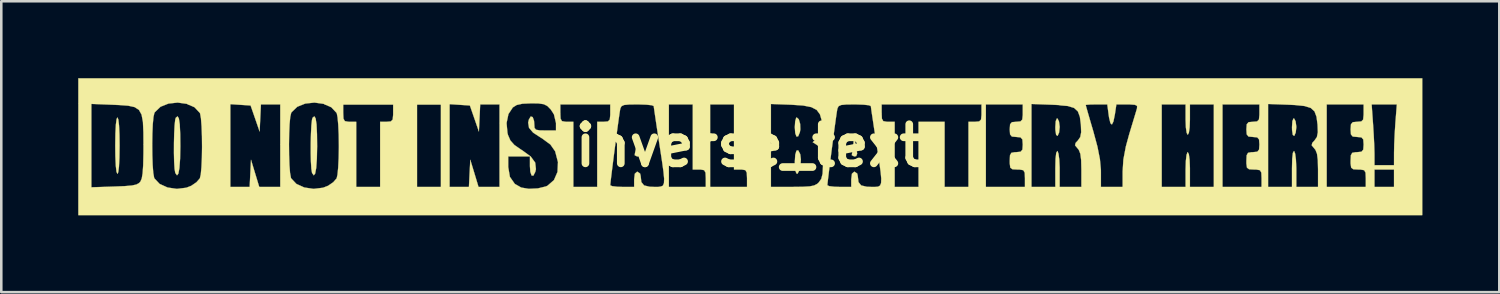
<source format=kicad_pcb>
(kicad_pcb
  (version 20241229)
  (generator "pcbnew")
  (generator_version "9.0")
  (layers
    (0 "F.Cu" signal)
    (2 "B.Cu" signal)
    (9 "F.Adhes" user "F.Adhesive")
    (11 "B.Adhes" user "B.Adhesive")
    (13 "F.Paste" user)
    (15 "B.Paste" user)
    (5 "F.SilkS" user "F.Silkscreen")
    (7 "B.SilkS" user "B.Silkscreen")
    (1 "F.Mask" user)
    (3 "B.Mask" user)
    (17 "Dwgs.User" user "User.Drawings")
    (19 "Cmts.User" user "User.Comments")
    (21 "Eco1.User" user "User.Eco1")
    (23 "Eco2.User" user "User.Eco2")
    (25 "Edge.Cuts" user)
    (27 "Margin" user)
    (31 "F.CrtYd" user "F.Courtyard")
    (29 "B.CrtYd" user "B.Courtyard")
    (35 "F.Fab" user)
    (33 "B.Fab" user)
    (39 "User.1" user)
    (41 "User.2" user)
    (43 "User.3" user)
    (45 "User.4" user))
  (footprint "inverse_text"
    (layer "F.Cu")
    (at 26.167 2.63)
    (property "Reference" "inverse_text" (at 0 0 0) (layer "F.SilkS") (effects (font (size 1.524 1.524) (thickness 0.3))))
    (attr through_hole)
    (fp_poly (pts (xy -4.362 -0.221) (xy -4.316 -0.06) (xy -4.283 0.106) (xy -4.258 0.316) (xy -4.292 0.407) (xy -4.366 0.423) (xy -4.465 0.374) (xy -4.454 0.289) (xy -4.414 0.101) (xy -4.403 -0.063) (xy -4.392 -0.223) (xy -4.362 -0.221)) (stroke (width 0.01) (type solid)) (fill yes) (layer "F.SilkS"))
    (fp_poly (pts (xy 1.934 -1.027) (xy 1.986 -0.85) (xy 1.994 -0.634) (xy 1.977 -0.527) (xy 1.909 -0.364) (xy 1.843 -0.356) (xy 1.795 -0.488) (xy 1.778 -0.72) (xy 1.793 -0.947) (xy 1.831 -1.083) (xy 1.853 -1.101) (xy 1.934 -1.027)) (stroke (width 0.01) (type solid)) (fill yes) (layer "F.SilkS"))
    (fp_poly (pts (xy 4.105 -0.221) (xy 4.151 -0.06) (xy 4.184 0.106) (xy 4.209 0.316) (xy 4.174 0.407) (xy 4.101 0.423) (xy 4.002 0.374) (xy 4.013 0.289) (xy 4.053 0.101) (xy 4.064 -0.063) (xy 4.075 -0.223) (xy 4.105 -0.221)) (stroke (width 0.01) (type solid)) (fill yes) (layer "F.SilkS"))
    (fp_poly (pts (xy 12.023 -1.058) (xy 12.08 -0.946) (xy 12.107 -0.741) (xy 12.107 -0.72) (xy 12.085 -0.511) (xy 12.029 -0.386) (xy 12.023 -0.381) (xy 11.969 -0.421) (xy 11.941 -0.606) (xy 11.938 -0.72) (xy 11.954 -0.957) (xy 11.998 -1.061) (xy 12.023 -1.058)) (stroke (width 0.01) (type solid)) (fill yes) (layer "F.SilkS"))
    (fp_poly (pts (xy 21.251 -1.058) (xy 21.309 -0.946) (xy 21.336 -0.741) (xy 21.336 -0.72) (xy 21.313 -0.511) (xy 21.258 -0.386) (xy 21.251 -0.381) (xy 21.198 -0.421) (xy 21.17 -0.606) (xy 21.167 -0.72) (xy 21.183 -0.957) (xy 21.226 -1.061) (xy 21.251 -1.058)) (stroke (width 0.01) (type solid)) (fill yes) (layer "F.SilkS"))
    (fp_poly (pts (xy 1.984 0.321) (xy 1.992 0.346) (xy 2.016 0.537) (xy 1.999 0.767) (xy 1.952 0.972) (xy 1.885 1.091) (xy 1.859 1.101) (xy 1.815 1.024) (xy 1.785 0.827) (xy 1.778 0.635) (xy 1.796 0.352) (xy 1.843 0.196) (xy 1.909 0.181) (xy 1.984 0.321)) (stroke (width 0.01) (type solid)) (fill yes) (layer "F.SilkS"))
    (fp_poly (pts (xy -24.602 -1.019) (xy -24.575 -0.786) (xy -24.558 -0.418) (xy -24.553 0) (xy -24.56 0.471) (xy -24.578 0.822) (xy -24.606 1.038) (xy -24.638 1.101) (xy -24.674 1.019) (xy -24.701 0.786) (xy -24.718 0.418) (xy -24.723 0) (xy -24.716 -0.471) (xy -24.698 -0.822) (xy -24.67 -1.038) (xy -24.638 -1.101) (xy -24.602 -1.019)) (stroke (width 0.01) (type solid)) (fill yes) (layer "F.SilkS"))
    (fp_poly (pts (xy -22.242 -1.062) (xy -22.207 -0.833) (xy -22.189 -0.449) (xy -22.184 0.028) (xy -22.194 0.515) (xy -22.22 0.872) (xy -22.261 1.09) (xy -22.314 1.158) (xy -22.379 1.068) (xy -22.383 1.059) (xy -22.409 0.904) (xy -22.426 0.63) (xy -22.434 0.282) (xy -22.433 -0.1) (xy -22.424 -0.471) (xy -22.408 -0.789) (xy -22.384 -1.011) (xy -22.362 -1.087) (xy -22.293 -1.144) (xy -22.242 -1.062)) (stroke (width 0.01) (type solid)) (fill yes) (layer "F.SilkS"))
    (fp_poly (pts (xy -16.908 -1.062) (xy -16.873 -0.833) (xy -16.855 -0.449) (xy -16.85 0.028) (xy -16.86 0.515) (xy -16.886 0.872) (xy -16.927 1.09) (xy -16.98 1.158) (xy -17.045 1.068) (xy -17.049 1.059) (xy -17.075 0.904) (xy -17.092 0.63) (xy -17.1 0.282) (xy -17.099 -0.1) (xy -17.09 -0.471) (xy -17.074 -0.789) (xy -17.05 -1.011) (xy -17.028 -1.087) (xy -16.959 -1.144) (xy -16.908 -1.062)) (stroke (width 0.01) (type solid)) (fill yes) (layer "F.SilkS"))
    (fp_poly (pts (xy 26.247 2.709) (xy -26.162 2.709) (xy -26.162 1.624) (xy -25.654 1.624) (xy -24.758 1.595) (xy -24.347 1.578) (xy -24.072 1.554) (xy -23.898 1.516) (xy -23.793 1.458) (xy -23.742 1.402) (xy -23.69 1.283) (xy -23.655 1.076) (xy -23.633 0.758) (xy -23.623 0.305) (xy -23.622 0.036) (xy -23.622 -0.052) (xy -23.281 -0.052) (xy -23.277 0.369) (xy -23.264 0.753) (xy -23.24 1.061) (xy -23.206 1.25) (xy -23.197 1.274) (xy -22.992 1.492) (xy -22.683 1.632) (xy -22.319 1.686) (xy -21.954 1.641) (xy -21.869 1.609) (xy -20.235 1.609) (xy -19.481 1.609) (xy -19.455 1.079) (xy -19.429 0.55) (xy -19.268 1.079) (xy -19.107 1.609) (xy -18.288 1.609) (xy -18.288 -0.052) (xy -17.947 -0.052) (xy -17.943 0.369) (xy -17.93 0.753) (xy -17.906 1.061) (xy -17.872 1.25) (xy -17.863 1.274) (xy -17.658 1.492) (xy -17.349 1.632) (xy -16.985 1.686) (xy -16.62 1.641) (xy -16.424 1.565) (xy -16.221 1.426) (xy -16.089 1.275) (xy -16.056 1.131) (xy -16.029 0.857) (xy -16.01 0.488) (xy -16.002 0.063) (xy -16.002 0) (xy -16.008 -0.43) (xy -16.026 -0.809) (xy -16.052 -1.1) (xy -16.084 -1.264) (xy -16.089 -1.275) (xy -16.296 -1.496) (xy -16.549 -1.609) (xy -15.833 -1.609) (xy -15.833 -1.27) (xy -15.823 -1.053) (xy -15.768 -0.956) (xy -15.633 -0.932) (xy -15.579 -0.931) (xy -15.325 -0.931) (xy -15.325 1.609) (xy -14.393 1.609) (xy -14.393 -0.931) (xy -14.139 -0.931) (xy -13.976 -0.945) (xy -13.904 -1.017) (xy -13.886 -1.197) (xy -13.885 -1.27) (xy -13.885 -1.609) (xy -12.954 -1.609) (xy -12.954 1.609) (xy -12.023 1.609) (xy -11.684 1.609) (xy -10.93 1.609) (xy -10.904 1.079) (xy -10.877 0.55) (xy -10.716 1.079) (xy -10.556 1.609) (xy -9.737 1.609) (xy -9.737 -0.882) (xy -9.462 -0.882) (xy -9.427 -0.495) (xy -9.407 -0.418) (xy -9.314 -0.203) (xy -9.159 -0.028) (xy -8.896 0.155) (xy -8.85 0.183) (xy -8.52 0.423) (xy -8.346 0.661) (xy -8.317 0.916) (xy -8.342 1.023) (xy -8.417 1.17) (xy -8.487 1.163) (xy -8.536 1.019) (xy -8.551 0.804) (xy -8.551 0.423) (xy -9.398 0.423) (xy -9.398 0.832) (xy -9.333 1.216) (xy -9.14 1.492) (xy -8.89 1.634) (xy -8.595 1.684) (xy -8.242 1.667) (xy -7.927 1.59) (xy -7.866 1.562) (xy -7.615 1.344) (xy -7.476 1.026) (xy -7.458 0.641) (xy -7.567 0.223) (xy -7.569 0.219) (xy -7.752 -0.043) (xy -8.08 -0.285) (xy -8.12 -0.308) (xy -8.427 -0.508) (xy -8.587 -0.696) (xy -8.62 -0.899) (xy -8.593 -1.017) (xy -8.52 -1.138) (xy -8.443 -1.114) (xy -8.391 -0.967) (xy -8.382 -0.842) (xy -8.372 -0.694) (xy -8.314 -0.621) (xy -8.164 -0.595) (xy -7.959 -0.593) (xy -7.535 -0.593) (xy -7.535 -0.884) (xy -7.616 -1.224) (xy -7.74 -1.413) (xy -7.869 -1.544) (xy -7.995 -1.609) (xy -7.366 -1.609) (xy -7.366 -1.27) (xy -7.356 -1.053) (xy -7.302 -0.956) (xy -7.167 -0.932) (xy -7.112 -0.931) (xy -6.858 -0.931) (xy -6.858 1.609) (xy -5.927 1.609) (xy -5.927 1.545) (xy -5.419 1.545) (xy -5.342 1.58) (xy -5.145 1.603) (xy -4.953 1.609) (xy -4.487 1.609) (xy -4.487 1.312) (xy -4.46 1.093) (xy -4.372 1.017) (xy -4.36 1.016) (xy -4.256 1.086) (xy -4.233 1.178) (xy -4.206 1.419) (xy -4.1 1.551) (xy -3.882 1.603) (xy -3.716 1.609) (xy -3.558 1.61) (xy -3.442 1.6) (xy -3.364 1.557) (xy -3.324 1.46) (xy -3.317 1.289) (xy -3.342 1.021) (xy -3.396 0.636) (xy -3.476 0.112) (xy -3.513 -0.127) (xy -3.584 -0.588) (xy -3.644 -0.989) (xy -3.69 -1.302) (xy -3.718 -1.496) (xy -3.724 -1.545) (xy -3.802 -1.576) (xy -4.009 -1.598) (xy -4.301 -1.608) (xy -4.359 -1.609) (xy -3.133 -1.609) (xy -3.133 1.609) (xy -1.693 1.609) (xy -1.693 1.27) (xy -1.703 1.053) (xy -1.758 0.956) (xy -1.893 0.932) (xy -1.947 0.931) (xy -2.201 0.931) (xy -2.201 -1.609) (xy -1.524 -1.609) (xy -1.524 1.609) (xy -0.085 1.609) (xy 0.847 1.609) (xy 1.693 1.609) (xy 2.093 1.604) (xy 2.361 1.588) (xy 2.534 1.552) (xy 2.547 1.545) (xy 3.048 1.545) (xy 3.125 1.58) (xy 3.322 1.603) (xy 3.514 1.609) (xy 3.979 1.609) (xy 3.979 1.312) (xy 4.007 1.093) (xy 4.095 1.017) (xy 4.106 1.016) (xy 4.211 1.086) (xy 4.233 1.178) (xy 4.261 1.419) (xy 4.366 1.551) (xy 4.585 1.603) (xy 4.75 1.609) (xy 4.908 1.61) (xy 5.025 1.6) (xy 5.102 1.557) (xy 5.143 1.46) (xy 5.15 1.289) (xy 5.125 1.021) (xy 5.071 0.636) (xy 4.991 0.112) (xy 4.954 -0.127) (xy 4.883 -0.588) (xy 4.823 -0.989) (xy 4.776 -1.302) (xy 4.749 -1.496) (xy 4.743 -1.545) (xy 4.664 -1.576) (xy 4.458 -1.598) (xy 4.166 -1.608) (xy 4.108 -1.609) (xy 5.165 -1.609) (xy 5.165 -1.27) (xy 5.175 -1.053) (xy 5.229 -0.956) (xy 5.364 -0.932) (xy 5.419 -0.931) (xy 5.673 -0.931) (xy 5.673 1.609) (xy 6.604 1.609) (xy 6.604 -0.931) (xy 7.62 -0.931) (xy 7.62 1.609) (xy 8.551 1.609) (xy 8.551 -0.931) (xy 8.805 -0.931) (xy 8.968 -0.945) (xy 9.041 -1.017) (xy 9.059 -1.197) (xy 9.059 -1.27) (xy 9.059 -1.609) (xy 9.229 -1.609) (xy 9.229 1.609) (xy 10.753 1.609) (xy 11.007 1.609) (xy 11.938 1.609) (xy 11.938 0.884) (xy 11.947 0.511) (xy 11.973 0.282) (xy 12.016 0.209) (xy 12.023 0.212) (xy 12.062 0.315) (xy 12.092 0.544) (xy 12.107 0.853) (xy 12.107 0.936) (xy 12.107 1.609) (xy 12.954 1.609) (xy 12.954 0.931) (xy 12.945 0.56) (xy 12.914 0.318) (xy 12.854 0.166) (xy 12.806 0.106) (xy 12.707 -0.013) (xy 12.73 -0.108) (xy 12.816 -0.2) (xy 12.91 -0.334) (xy 12.946 -0.521) (xy 12.935 -0.817) (xy 12.935 -0.818) (xy 12.895 -1.126) (xy 12.816 -1.337) (xy 12.669 -1.471) (xy 12.425 -1.546) (xy 12.056 -1.584) (xy 12.019 -1.586) (xy 13.123 -1.586) (xy 13.146 -1.501) (xy 13.207 -1.285) (xy 13.298 -0.971) (xy 13.41 -0.59) (xy 13.42 -0.556) (xy 13.581 0.042) (xy 13.677 0.528) (xy 13.715 0.941) (xy 13.716 1.03) (xy 13.716 1.609) (xy 14.563 1.609) (xy 14.563 1.004) (xy 14.592 0.541) (xy 14.688 0.033) (xy 14.822 -0.456) (xy 14.934 -0.827) (xy 15.031 -1.147) (xy 15.1 -1.376) (xy 15.124 -1.46) (xy 15.126 -1.549) (xy 15.043 -1.593) (xy 14.838 -1.608) (xy 14.743 -1.609) (xy 16.087 -1.609) (xy 16.087 1.609) (xy 17.018 1.609) (xy 17.018 0.931) (xy 17.028 0.596) (xy 17.055 0.36) (xy 17.095 0.256) (xy 17.103 0.254) (xy 17.145 0.333) (xy 17.174 0.549) (xy 17.187 0.871) (xy 17.187 0.931) (xy 17.187 1.609) (xy 18.119 1.609) (xy 18.119 -1.609) (xy 18.457 -1.609) (xy 18.457 1.609) (xy 19.981 1.609) (xy 20.235 1.609) (xy 21.167 1.609) (xy 21.167 0.884) (xy 21.176 0.511) (xy 21.202 0.282) (xy 21.244 0.209) (xy 21.251 0.212) (xy 21.291 0.315) (xy 21.321 0.544) (xy 21.335 0.853) (xy 21.336 0.936) (xy 21.336 1.609) (xy 22.183 1.609) (xy 22.183 0.931) (xy 22.174 0.56) (xy 22.143 0.318) (xy 22.083 0.166) (xy 22.035 0.106) (xy 21.936 -0.013) (xy 21.959 -0.108) (xy 22.044 -0.2) (xy 22.138 -0.334) (xy 22.175 -0.521) (xy 22.164 -0.817) (xy 22.164 -0.818) (xy 22.124 -1.126) (xy 22.045 -1.337) (xy 21.898 -1.471) (xy 21.654 -1.546) (xy 21.285 -1.584) (xy 21.037 -1.596) (xy 20.682 -1.609) (xy 22.521 -1.609) (xy 22.521 1.609) (xy 24.045 1.609) (xy 24.045 1.27) (xy 24.036 1.053) (xy 23.981 0.957) (xy 23.836 0.932) (xy 23.749 0.931) (xy 24.384 0.931) (xy 24.384 1.609) (xy 25.146 1.609) (xy 25.146 0.931) (xy 24.384 0.931) (xy 23.749 0.931) (xy 23.559 0.921) (xy 23.475 0.858) (xy 23.453 0.693) (xy 23.453 0.593) (xy 23.463 0.376) (xy 23.517 0.279) (xy 23.652 0.255) (xy 23.707 0.254) (xy 23.877 0.237) (xy 23.947 0.154) (xy 23.961 -0.042) (xy 23.947 -0.241) (xy 23.875 -0.323) (xy 23.707 -0.339) (xy 23.536 -0.355) (xy 23.466 -0.439) (xy 23.453 -0.635) (xy 23.467 -0.834) (xy 23.539 -0.916) (xy 23.707 -0.931) (xy 23.87 -0.945) (xy 23.942 -1.017) (xy 23.96 -1.197) (xy 23.961 -1.27) (xy 23.961 -1.609) (xy 22.521 -1.609) (xy 20.682 -1.609) (xy 20.682 -1.609) (xy 24.274 -1.609) (xy 24.329 -0.834) (xy 24.354 -0.429) (xy 24.374 -0.035) (xy 24.383 0.281) (xy 24.384 0.352) (xy 24.384 0.762) (xy 25.146 0.762) (xy 25.147 0.275) (xy 25.154 -0.056) (xy 25.173 -0.47) (xy 25.199 -0.882) (xy 25.201 -0.91) (xy 25.256 -1.609) (xy 24.765 -1.609) (xy 24.274 -1.609) (xy 20.682 -1.609) (xy 20.235 -1.625) (xy 20.235 1.609) (xy 19.981 1.609) (xy 19.981 1.27) (xy 19.972 1.053) (xy 19.917 0.957) (xy 19.772 0.932) (xy 19.685 0.931) (xy 19.495 0.921) (xy 19.411 0.858) (xy 19.389 0.693) (xy 19.389 0.593) (xy 19.399 0.376) (xy 19.453 0.279) (xy 19.588 0.255) (xy 19.643 0.254) (xy 19.813 0.237) (xy 19.883 0.154) (xy 19.897 -0.042) (xy 19.883 -0.241) (xy 19.811 -0.323) (xy 19.643 -0.339) (xy 19.472 -0.355) (xy 19.402 -0.439) (xy 19.389 -0.635) (xy 19.403 -0.834) (xy 19.475 -0.916) (xy 19.643 -0.931) (xy 19.806 -0.945) (xy 19.878 -1.017) (xy 19.896 -1.197) (xy 19.897 -1.27) (xy 19.897 -1.609) (xy 18.457 -1.609) (xy 18.119 -1.609) (xy 17.187 -1.609) (xy 17.187 -1.016) (xy 17.176 -0.712) (xy 17.146 -0.502) (xy 17.103 -0.423) (xy 17.103 -0.423) (xy 17.059 -0.502) (xy 17.029 -0.712) (xy 17.018 -1.015) (xy 17.018 -1.609) (xy 16.087 -1.609) (xy 14.743 -1.609) (xy 14.319 -1.609) (xy 14.262 -1.227) (xy 14.204 -0.942) (xy 14.145 -0.824) (xy 14.087 -0.874) (xy 14.034 -1.093) (xy 14.02 -1.187) (xy 13.964 -1.609) (xy 13.544 -1.609) (xy 13.303 -1.605) (xy 13.151 -1.594) (xy 13.123 -1.586) (xy 12.019 -1.586) (xy 11.808 -1.596) (xy 11.007 -1.625) (xy 11.007 1.609) (xy 10.753 1.609) (xy 10.753 1.27) (xy 10.744 1.053) (xy 10.688 0.957) (xy 10.544 0.932) (xy 10.456 0.931) (xy 10.267 0.921) (xy 10.182 0.858) (xy 10.161 0.693) (xy 10.16 0.593) (xy 10.17 0.376) (xy 10.224 0.279) (xy 10.359 0.255) (xy 10.414 0.254) (xy 10.585 0.237) (xy 10.655 0.154) (xy 10.668 -0.042) (xy 10.654 -0.241) (xy 10.582 -0.323) (xy 10.414 -0.339) (xy 10.243 -0.355) (xy 10.173 -0.439) (xy 10.16 -0.635) (xy 10.174 -0.834) (xy 10.246 -0.916) (xy 10.414 -0.931) (xy 10.577 -0.945) (xy 10.649 -1.017) (xy 10.668 -1.197) (xy 10.668 -1.27) (xy 10.668 -1.609) (xy 9.229 -1.609) (xy 9.059 -1.609) (xy 5.165 -1.609) (xy 4.108 -1.609) (xy 3.783 -1.605) (xy 3.589 -1.586) (xy 3.489 -1.541) (xy 3.445 -1.46) (xy 3.434 -1.418) (xy 3.412 -1.282) (xy 3.374 -1.017) (xy 3.325 -0.66) (xy 3.27 -0.243) (xy 3.212 0.197) (xy 3.157 0.627) (xy 3.109 1.011) (xy 3.072 1.315) (xy 3.051 1.504) (xy 3.048 1.545) (xy 2.547 1.545) (xy 2.651 1.491) (xy 2.709 1.439) (xy 2.81 1.297) (xy 2.862 1.096) (xy 2.877 0.783) (xy 2.877 0.741) (xy 2.868 0.402) (xy 2.83 0.186) (xy 2.748 0.05) (xy 2.606 -0.052) (xy 2.59 -0.061) (xy 2.477 -0.133) (xy 2.52 -0.177) (xy 2.602 -0.205) (xy 2.767 -0.34) (xy 2.849 -0.595) (xy 2.837 -0.936) (xy 2.831 -0.973) (xy 2.759 -1.221) (xy 2.632 -1.393) (xy 2.424 -1.502) (xy 2.103 -1.565) (xy 1.644 -1.596) (xy 1.642 -1.596) (xy 0.847 -1.625) (xy 0.847 1.609) (xy -0.085 1.609) (xy -0.085 1.27) (xy -0.095 1.053) (xy -0.149 0.956) (xy -0.284 0.932) (xy -0.339 0.931) (xy -0.593 0.931) (xy -0.593 -1.609) (xy -1.524 -1.609) (xy -2.201 -1.609) (xy -3.133 -1.609) (xy -4.359 -1.609) (xy -4.684 -1.605) (xy -4.877 -1.586) (xy -4.977 -1.541) (xy -5.022 -1.46) (xy -5.032 -1.418) (xy -5.054 -1.282) (xy -5.092 -1.017) (xy -5.141 -0.66) (xy -5.197 -0.243) (xy -5.255 0.197) (xy -5.31 0.627) (xy -5.358 1.011) (xy -5.395 1.315) (xy -5.416 1.504) (xy -5.419 1.545) (xy -5.927 1.545) (xy -5.927 -0.931) (xy -5.673 -0.931) (xy -5.51 -0.945) (xy -5.437 -1.017) (xy -5.419 -1.197) (xy -5.419 -1.27) (xy -5.419 -1.609) (xy -7.366 -1.609) (xy -7.995 -1.609) (xy -8.009 -1.616) (xy -8.214 -1.646) (xy -8.493 -1.651) (xy -8.839 -1.636) (xy -9.066 -1.586) (xy -9.218 -1.491) (xy -9.389 -1.232) (xy -9.462 -0.882) (xy -9.737 -0.882) (xy -9.737 -1.609) (xy -10.491 -1.609) (xy -10.516 -1.079) (xy -10.541 -0.55) (xy -10.893 -1.566) (xy -11.288 -1.592) (xy -11.684 -1.618) (xy -11.684 1.609) (xy -12.023 1.609) (xy -12.023 -1.609) (xy -12.954 -1.609) (xy -13.885 -1.609) (xy -15.833 -1.609) (xy -16.549 -1.609) (xy -16.6 -1.631) (xy -16.955 -1.68) (xy -17.313 -1.641) (xy -17.625 -1.516) (xy -17.845 -1.304) (xy -17.862 -1.275) (xy -17.898 -1.12) (xy -17.925 -0.837) (xy -17.941 -0.468) (xy -17.947 -0.052) (xy -18.288 -0.052) (xy -18.288 -1.609) (xy -19.042 -1.609) (xy -19.067 -1.079) (xy -19.092 -0.55) (xy -19.268 -1.058) (xy -19.444 -1.566) (xy -19.84 -1.592) (xy -20.235 -1.618) (xy -20.235 1.609) (xy -21.869 1.609) (xy -21.758 1.565) (xy -21.555 1.426) (xy -21.423 1.275) (xy -21.387 1.12) (xy -21.361 0.837) (xy -21.344 0.467) (xy -21.338 0.051) (xy -21.342 -0.369) (xy -21.356 -0.754) (xy -21.38 -1.062) (xy -21.413 -1.251) (xy -21.423 -1.275) (xy -21.63 -1.496) (xy -21.934 -1.631) (xy -22.289 -1.68) (xy -22.647 -1.641) (xy -22.959 -1.516) (xy -23.179 -1.304) (xy -23.196 -1.275) (xy -23.232 -1.12) (xy -23.259 -0.837) (xy -23.275 -0.468) (xy -23.281 -0.052) (xy -23.622 -0.052) (xy -23.625 -0.518) (xy -23.643 -0.925) (xy -23.696 -1.209) (xy -23.798 -1.394) (xy -23.966 -1.503) (xy -24.218 -1.558) (xy -24.571 -1.584) (xy -24.797 -1.594) (xy -25.654 -1.628) (xy -25.654 1.624) (xy -26.162 1.624) (xy -26.162 -2.625) (xy 26.247 -2.625) (xy 26.247 2.709)) (stroke (width 0.01) (type solid)) (fill yes) (layer "F.SilkS")))
  (gr_rect
    (start -3 -3)
    (end 55.419 8.344)
    (stroke (width 0.1) (type default))
    (fill no)
    (layer "Edge.Cuts")))
</source>
